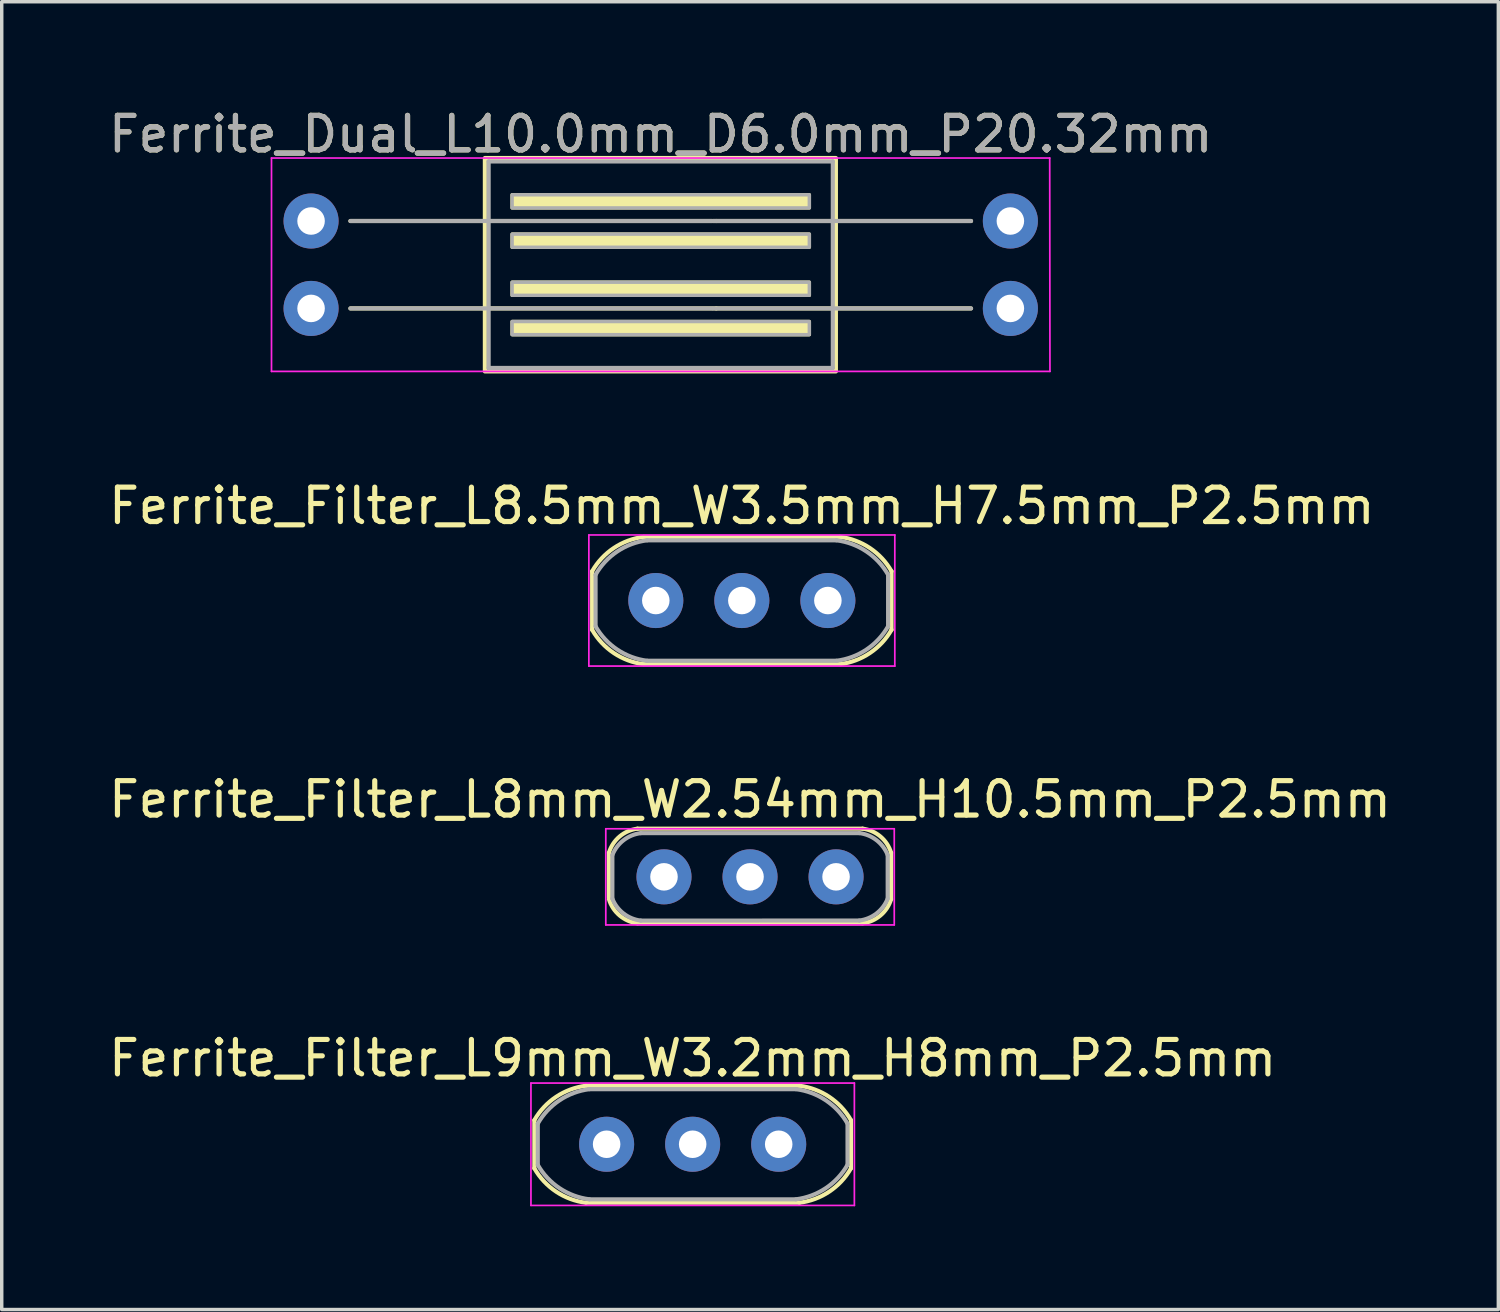
<source format=kicad_pcb>
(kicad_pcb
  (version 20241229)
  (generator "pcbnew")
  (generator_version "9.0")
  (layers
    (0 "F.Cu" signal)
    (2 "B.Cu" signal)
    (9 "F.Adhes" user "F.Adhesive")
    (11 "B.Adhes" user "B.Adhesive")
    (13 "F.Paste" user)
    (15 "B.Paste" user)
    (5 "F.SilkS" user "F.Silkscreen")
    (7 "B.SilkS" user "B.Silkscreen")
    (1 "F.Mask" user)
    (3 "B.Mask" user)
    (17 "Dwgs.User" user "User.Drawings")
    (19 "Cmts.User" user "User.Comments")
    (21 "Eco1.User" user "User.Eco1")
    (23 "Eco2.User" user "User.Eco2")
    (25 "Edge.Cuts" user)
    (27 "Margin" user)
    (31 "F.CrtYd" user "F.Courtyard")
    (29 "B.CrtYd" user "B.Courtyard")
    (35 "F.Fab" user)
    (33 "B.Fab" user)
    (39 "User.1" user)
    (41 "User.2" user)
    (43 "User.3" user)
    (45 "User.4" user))
  (footprint "Ferrite_Dual_L10.0mm_D6.0mm_P20.32mm"
    (layer "F.Cu")
    (at 5.989 4.642)
    (property "Reference" "Ferrite_Dual_L10.0mm_D6.0mm_P20.32mm" (at 10.16 -3.794 0) (layer "F.SilkS") (effects (font (size 1 1) (thickness 0.15))))
    (fp_line (start 1.143 -1.27) (end 5.144 -1.27) (stroke (width 0.12) (type solid)) (layer "F.SilkS"))
    (fp_line (start 1.143 1.27) (end 5.144 1.27) (stroke (width 0.12) (type solid)) (layer "F.SilkS"))
    (fp_line (start 11.774 -1.27) (end 5.207 -1.27) (stroke (width 0.12) (type solid)) (layer "F.SilkS"))
    (fp_line (start 11.774 -1.27) (end 15.113 -1.27) (stroke (width 0.12) (type solid)) (layer "F.SilkS"))
    (fp_line (start 11.774 1.27) (end 5.207 1.27) (stroke (width 0.12) (type solid)) (layer "F.SilkS"))
    (fp_line (start 11.774 1.27) (end 15.113 1.27) (stroke (width 0.12) (type solid)) (layer "F.SilkS"))
    (fp_line (start 19.177 -1.27) (end 15.177 -1.27) (stroke (width 0.12) (type solid)) (layer "F.SilkS"))
    (fp_line (start 19.177 1.27) (end 15.177 1.27) (stroke (width 0.12) (type solid)) (layer "F.SilkS"))
    (fp_rect (start 5.05 -3.1) (end 15.25 3.1) (stroke (width 0.12) (type solid)) (fill no) (layer "F.SilkS"))
    (fp_poly (pts (xy 14.478 -1.651) (xy 5.842 -1.651) (xy 5.842 -2.032) (xy 14.478 -2.032)) (stroke (width 0.1) (type solid)) (fill yes) (layer "F.SilkS"))
    (fp_poly (pts (xy 14.478 -0.508) (xy 5.842 -0.508) (xy 5.842 -0.889) (xy 14.478 -0.889)) (stroke (width 0.1) (type solid)) (fill yes) (layer "F.SilkS"))
    (fp_poly (pts (xy 14.478 0.889) (xy 5.842 0.889) (xy 5.842 0.508) (xy 14.478 0.508)) (stroke (width 0.1) (type solid)) (fill yes) (layer "F.SilkS"))
    (fp_poly (pts (xy 14.478 2.032) (xy 5.842 2.032) (xy 5.842 1.651) (xy 14.478 1.651)) (stroke (width 0.1) (type solid)) (fill yes) (layer "F.SilkS"))
    (fp_line (start -1.15 -3.1) (end 21.463 -3.1) (stroke (width 0.05) (type solid)) (layer "F.CrtYd"))
    (fp_line (start -1.15 3.1) (end -1.15 -3.1) (stroke (width 0.05) (type solid)) (layer "F.CrtYd"))
    (fp_line (start 21.463 -3.1) (end 21.47 3.1) (stroke (width 0.05) (type solid)) (layer "F.CrtYd"))
    (fp_line (start 21.47 3.1) (end -1.15 3.1) (stroke (width 0.05) (type solid)) (layer "F.CrtYd"))
    (fp_line (start 1.143 -1.27) (end 5.144 -1.27) (stroke (width 0.12) (type solid)) (layer "F.Fab"))
    (fp_line (start 1.143 1.27) (end 5.144 1.27) (stroke (width 0.12) (type solid)) (layer "F.Fab"))
    (fp_line (start 5.16 -3) (end 5.16 3) (stroke (width 0.12) (type solid)) (layer "F.Fab"))
    (fp_line (start 11.647 -1.27) (end 5.207 -1.27) (stroke (width 0.12) (type solid)) (layer "F.Fab"))
    (fp_line (start 11.647 1.27) (end 5.207 1.27) (stroke (width 0.12) (type solid)) (layer "F.Fab"))
    (fp_line (start 11.684 -1.27) (end 15.113 -1.27) (stroke (width 0.12) (type solid)) (layer "F.Fab"))
    (fp_line (start 11.684 1.27) (end 15.113 1.27) (stroke (width 0.12) (type solid)) (layer "F.Fab"))
    (fp_line (start 15.16 -3) (end 5.16 -3) (stroke (width 0.12) (type solid)) (layer "F.Fab"))
    (fp_line (start 15.16 -3) (end 15.16 3) (stroke (width 0.12) (type solid)) (layer "F.Fab"))
    (fp_line (start 15.16 3) (end 5.16 3) (stroke (width 0.12) (type solid)) (layer "F.Fab"))
    (fp_line (start 19.177 -1.27) (end 15.177 -1.27) (stroke (width 0.12) (type solid)) (layer "F.Fab"))
    (fp_line (start 19.177 1.27) (end 15.177 1.27) (stroke (width 0.12) (type solid)) (layer "F.Fab"))
    (fp_poly (pts (xy 14.478 -1.651) (xy 5.842 -1.651) (xy 5.842 -2.032) (xy 14.478 -2.032)) (stroke (width 0.1) (type solid)) (fill no) (layer "F.Fab"))
    (fp_poly (pts (xy 14.478 -0.508) (xy 5.842 -0.508) (xy 5.842 -0.889) (xy 14.478 -0.889)) (stroke (width 0.1) (type solid)) (fill no) (layer "F.Fab"))
    (fp_poly (pts (xy 14.478 0.889) (xy 5.842 0.889) (xy 5.842 0.508) (xy 14.478 0.508)) (stroke (width 0.1) (type solid)) (fill no) (layer "F.Fab"))
    (fp_poly (pts (xy 14.478 2.032) (xy 5.842 2.032) (xy 5.842 1.651) (xy 14.478 1.651)) (stroke (width 0.1) (type solid)) (fill no) (layer "F.Fab"))
    (fp_text user "${REFERENCE}" (at 10.16 -3.793 0) (layer "F.Fab") (effects (font (size 1 1) (thickness 0.15))))
    (pad "1" thru_hole circle (at 0 -1.27) (size 1.6 1.6) (drill 0.8) (layers "*.Cu" "*.Mask"))
    (pad "2" thru_hole circle (at 0 1.27) (size 1.6 1.6) (drill 0.8) (layers "*.Cu" "*.Mask"))
    (pad "3" thru_hole circle (at 20.32 1.27 180) (size 1.6 1.6) (drill 0.8) (layers "*.Cu" "*.Mask"))
    (pad "4" thru_hole circle (at 20.32 -1.27 180) (size 1.6 1.6) (drill 0.8) (layers "*.Cu" "*.Mask")))
  (footprint "Ferrite_Filter_L8mm_W2.54mm_H10.5mm_P2.5mm"
    (layer "F.Cu")
    (at 18.744 22.429)
    (property "Reference" "Ferrite_Filter_L8mm_W2.54mm_H10.5mm_P2.5mm" (at 0 -2.25 0) (layer "F.SilkS") (effects (font (size 1 1) (thickness 0.15))))
    (fp_line (start -4.1 0.6) (end -4.1 -0.7) (stroke (width 0.12) (type solid)) (layer "F.SilkS"))
    (fp_line (start -3.27 -1.4) (end 3.27 -1.4) (stroke (width 0.12) (type solid)) (layer "F.SilkS"))
    (fp_line (start -3.27 1.35) (end 3.27 1.35) (stroke (width 0.12) (type solid)) (layer "F.SilkS"))
    (fp_line (start 4.1 0.65) (end 4.1 -0.7) (stroke (width 0.12) (type solid)) (layer "F.SilkS"))
    (fp_arc (start -4.1 -0.7) (mid -3.788893 -1.172863) (end -3.270438 -1.399998) (stroke (width 0.12) (type solid)) (layer "F.SilkS"))
    (fp_arc (start -3.270438 1.35) (mid -3.788877 1.122844) (end -4.1 0.65) (stroke (width 0.12) (type solid)) (layer "F.SilkS"))
    (fp_arc (start 3.270438 -1.4) (mid 3.788877 -1.172844) (end 4.1 -0.7) (stroke (width 0.12) (type solid)) (layer "F.SilkS"))
    (fp_arc (start 4.1 0.650002) (mid 3.788893 1.122865) (end 3.270438 1.35) (stroke (width 0.12) (type solid)) (layer "F.SilkS"))
    (fp_line (start -4.191 -1.397) (end 4.191 -1.397) (stroke (width 0.05) (type solid)) (layer "F.CrtYd"))
    (fp_line (start -4.191 1.397) (end -4.191 -1.397) (stroke (width 0.05) (type solid)) (layer "F.CrtYd"))
    (fp_line (start 4.191 -1.397) (end 4.191 1.397) (stroke (width 0.05) (type solid)) (layer "F.CrtYd"))
    (fp_line (start 4.191 1.397) (end -4.191 1.397) (stroke (width 0.05) (type solid)) (layer "F.CrtYd"))
    (fp_line (start -4 0.635) (end -4 -0.633) (stroke (width 0.12) (type solid)) (layer "F.Fab"))
    (fp_line (start -3.175 1.271) (end 3.175 1.27) (stroke (width 0.12) (type solid)) (layer "F.Fab"))
    (fp_line (start -3.175 -1.27) (end 3.175 -1.27) (stroke (width 0.12) (type solid)) (layer "F.Fab"))
    (fp_line (start 4 0.635) (end 4 -0.635) (stroke (width 0.12) (type solid)) (layer "F.Fab"))
    (fp_arc (start -4.000465 -0.633428) (mid -3.674657 -1.06443) (end -3.175001 -1.269998) (stroke (width 0.12) (type solid)) (layer "F.Fab"))
    (fp_arc (start -3.175187 1.27149) (mid -3.674505 1.065872) (end -3.999998 0.634999) (stroke (width 0.12) (type solid)) (layer "F.Fab"))
    (fp_arc (start 3.175189 -1.27149) (mid 3.674507 -1.065872) (end 4 -0.634999) (stroke (width 0.12) (type solid)) (layer "F.Fab"))
    (fp_arc (start 4.000467 0.633428) (mid 3.674659 1.06443) (end 3.175003 1.269998) (stroke (width 0.12) (type solid)) (layer "F.Fab"))
    (pad "1" thru_hole circle (at -2.5 0) (size 1.6 1.6) (drill 0.8) (layers "*.Cu" "*.Mask"))
    (pad "2" thru_hole circle (at 0 0) (size 1.6 1.6) (drill 0.8) (layers "*.Cu" "*.Mask"))
    (pad "3" thru_hole circle (at 2.5 0) (size 1.6 1.6) (drill 0.8) (layers "*.Cu" "*.Mask")))
  (footprint "Ferrite_Filter_L9mm_W3.2mm_H8mm_P2.5mm"
    (layer "F.Cu")
    (at 17.077 30.199)
    (property "Reference" "Ferrite_Filter_L9mm_W3.2mm_H8mm_P2.5mm" (at 0 -2.5 0) (layer "F.SilkS") (effects (font (size 1 1) (thickness 0.15))))
    (fp_line (start -4.6 0.7) (end -4.6 -0.7) (stroke (width 0.12) (type solid)) (layer "F.SilkS"))
    (fp_line (start -3.101 -1.7) (end 3.1 -1.7) (stroke (width 0.12) (type solid)) (layer "F.SilkS"))
    (fp_line (start -3.1 1.7) (end 3.1 1.7) (stroke (width 0.12) (type solid)) (layer "F.SilkS"))
    (fp_line (start 4.6 0.7) (end 4.6 -0.7) (stroke (width 0.12) (type solid)) (layer "F.SilkS"))
    (fp_arc (start -4.6 -0.7) (mid -3.968475 -1.376757) (end -3.101051 -1.699868) (stroke (width 0.12) (type solid)) (layer "F.SilkS"))
    (fp_arc (start -3.1 1.7) (mid -3.968034 1.377051) (end -4.6 0.7) (stroke (width 0.12) (type solid)) (layer "F.SilkS"))
    (fp_arc (start 3.1 -1.7) (mid 3.968034 -1.377051) (end 4.6 -0.7) (stroke (width 0.12) (type solid)) (layer "F.SilkS"))
    (fp_arc (start 4.6 0.7) (mid 3.968475 1.376757) (end 3.101051 1.699868) (stroke (width 0.12) (type solid)) (layer "F.SilkS"))
    (fp_line (start -4.699 -1.778) (end -4.699 1.778) (stroke (width 0.05) (type solid)) (layer "F.CrtYd"))
    (fp_line (start -4.699 1.778) (end 4.699 1.778) (stroke (width 0.05) (type solid)) (layer "F.CrtYd"))
    (fp_line (start 4.699 -1.778) (end -4.699 -1.778) (stroke (width 0.05) (type solid)) (layer "F.CrtYd"))
    (fp_line (start 4.699 1.778) (end 4.699 -1.778) (stroke (width 0.05) (type solid)) (layer "F.CrtYd"))
    (fp_line (start -4.5 0.6) (end -4.5 -0.6) (stroke (width 0.12) (type solid)) (layer "F.Fab"))
    (fp_line (start -3 -1.6) (end 3 -1.6) (stroke (width 0.12) (type solid)) (layer "F.Fab"))
    (fp_line (start -3 1.6) (end 3 1.6) (stroke (width 0.12) (type solid)) (layer "F.Fab"))
    (fp_line (start 4.5 0.6) (end 4.5 -0.6) (stroke (width 0.12) (type solid)) (layer "F.Fab"))
    (fp_arc (start -4.5 -0.6) (mid -3.868476 -1.276756) (end -3.001054 -1.599866) (stroke (width 0.12) (type solid)) (layer "F.Fab"))
    (fp_arc (start -3.000001 1.600001) (mid -3.867965 1.276948) (end -4.5 0.6) (stroke (width 0.12) (type solid)) (layer "F.Fab"))
    (fp_arc (start 3.000001 -1.600001) (mid 3.867965 -1.276948) (end 4.5 -0.6) (stroke (width 0.12) (type solid)) (layer "F.Fab"))
    (fp_arc (start 4.498949 0.600132) (mid 3.867425 1.276888) (end 3.000003 1.599998) (stroke (width 0.12) (type solid)) (layer "F.Fab"))
    (pad "1" thru_hole circle (at -2.5 0) (size 1.6 1.6) (drill 0.8) (layers "*.Cu" "*.Mask"))
    (pad "2" thru_hole circle (at 0 0) (size 1.6 1.6) (drill 0.8) (layers "*.Cu" "*.Mask"))
    (pad "3" thru_hole circle (at 2.5 0) (size 1.6 1.6) (drill 0.8) (layers "*.Cu" "*.Mask")))
  (footprint "Ferrite_Filter_L8.5mm_W3.5mm_H7.5mm_P2.5mm"
    (layer "F.Cu")
    (at 18.506 14.4)
    (property "Reference" "Ferrite_Filter_L8.5mm_W3.5mm_H7.5mm_P2.5mm" (at 0 -2.75 0) (layer "F.SilkS") (effects (font (size 1 1) (thickness 0.15))))
    (fp_line (start -4.35 0.85) (end -4.35 -0.85) (stroke (width 0.12) (type solid)) (layer "F.SilkS"))
    (fp_line (start -2.851 -1.85) (end 2.85 -1.85) (stroke (width 0.12) (type solid)) (layer "F.SilkS"))
    (fp_line (start -2.85 1.85) (end 2.851 1.85) (stroke (width 0.12) (type solid)) (layer "F.SilkS"))
    (fp_line (start 4.35 0.85) (end 4.35 -0.85) (stroke (width 0.12) (type solid)) (layer "F.SilkS"))
    (fp_arc (start -4.35 -0.85) (mid -3.718475 -1.526757) (end -2.851051 -1.849868) (stroke (width 0.12) (type solid)) (layer "F.SilkS"))
    (fp_arc (start -2.85 1.85) (mid -3.718034 1.527051) (end -4.35 0.85) (stroke (width 0.12) (type solid)) (layer "F.SilkS"))
    (fp_arc (start 2.85 -1.85) (mid 3.718034 -1.527051) (end 4.35 -0.85) (stroke (width 0.12) (type solid)) (layer "F.SilkS"))
    (fp_arc (start 4.35 0.85) (mid 3.718475 1.526757) (end 2.851051 1.849868) (stroke (width 0.12) (type solid)) (layer "F.SilkS"))
    (fp_line (start -4.445 -1.905) (end 4.445 -1.905) (stroke (width 0.05) (type solid)) (layer "F.CrtYd"))
    (fp_line (start -4.445 1.905) (end -4.445 -1.905) (stroke (width 0.05) (type solid)) (layer "F.CrtYd"))
    (fp_line (start 4.445 -1.905) (end 4.445 1.905) (stroke (width 0.05) (type solid)) (layer "F.CrtYd"))
    (fp_line (start 4.445 1.905) (end -4.445 1.905) (stroke (width 0.05) (type solid)) (layer "F.CrtYd"))
    (fp_line (start -4.25 0.75) (end -4.25 -0.75) (stroke (width 0.12) (type solid)) (layer "F.Fab"))
    (fp_line (start -2.75 -1.75) (end 2.75 -1.75) (stroke (width 0.12) (type solid)) (layer "F.Fab"))
    (fp_line (start -2.75 1.75) (end 2.75 1.75) (stroke (width 0.12) (type solid)) (layer "F.Fab"))
    (fp_line (start 4.25 0.75) (end 4.25 -0.75) (stroke (width 0.12) (type solid)) (layer "F.Fab"))
    (fp_arc (start -4.25 -0.75) (mid -3.618476 -1.426756) (end -2.751054 -1.749866) (stroke (width 0.12) (type solid)) (layer "F.Fab"))
    (fp_arc (start -2.750001 1.750001) (mid -3.617965 1.426948) (end -4.25 0.75) (stroke (width 0.12) (type solid)) (layer "F.Fab"))
    (fp_arc (start 2.750001 -1.750001) (mid 3.617965 -1.426948) (end 4.25 -0.75) (stroke (width 0.12) (type solid)) (layer "F.Fab"))
    (fp_arc (start 4.25 0.75) (mid 3.618476 1.426756) (end 2.751054 1.749866) (stroke (width 0.12) (type solid)) (layer "F.Fab"))
    (pad "1" thru_hole circle (at -2.5 0) (size 1.6 1.6) (drill 0.8) (layers "*.Cu" "*.Mask"))
    (pad "2" thru_hole circle (at 0 0) (size 1.6 1.6) (drill 0.8) (layers "*.Cu" "*.Mask"))
    (pad "3" thru_hole circle (at 2.5 0) (size 1.6 1.6) (drill 0.8) (layers "*.Cu" "*.Mask")))
  (gr_rect
    (start -3 -3)
    (end 40.488 35.002)
    (stroke (width 0.1) (type default))
    (fill no)
    (layer "Edge.Cuts")))
</source>
